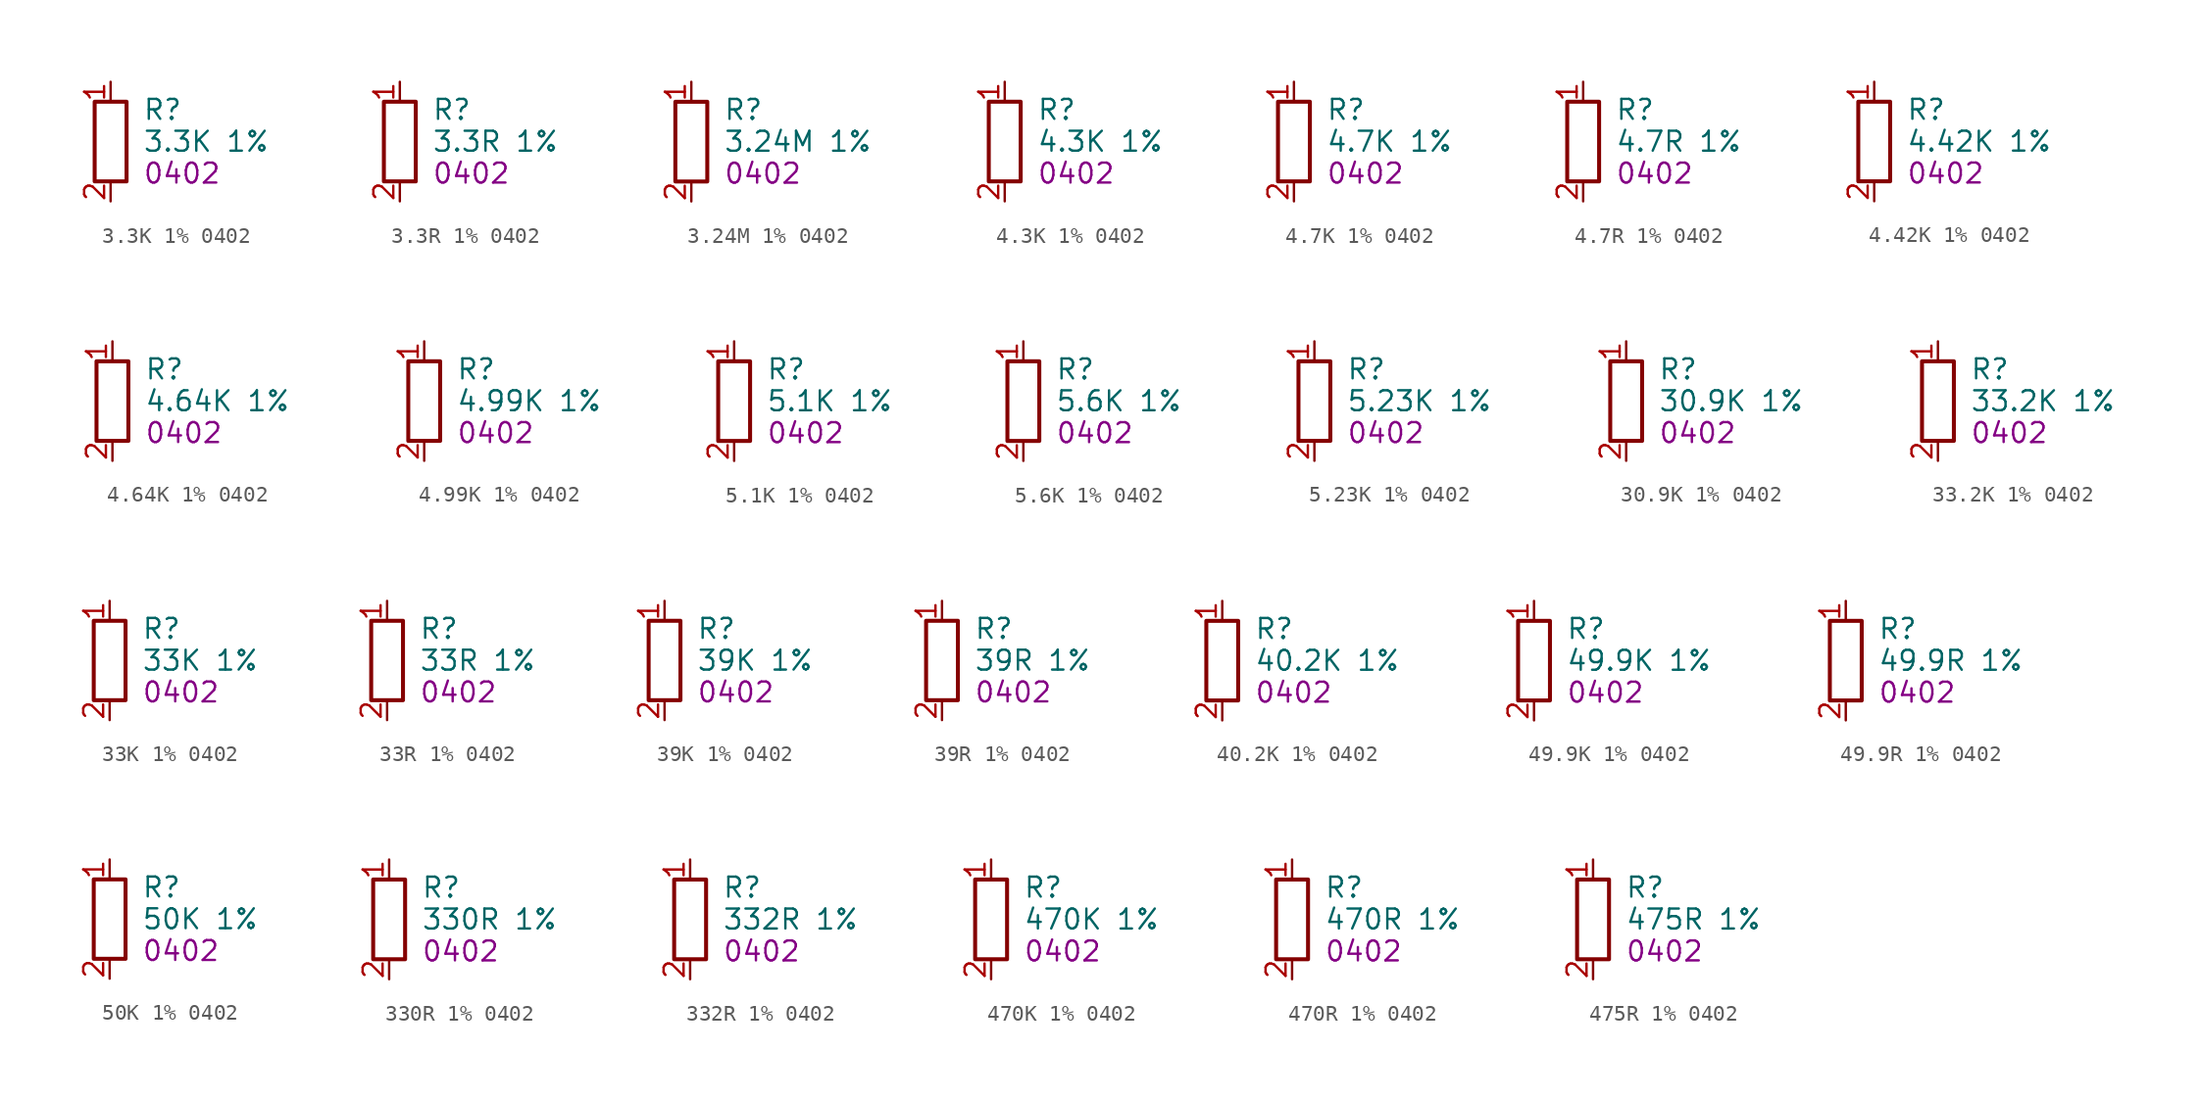
<source format=kicad_sym>
(kicad_symbol_lib
  (version 20241209)
  (generator "kicad_symbol_editor")
  (generator_version "9.0")
  (symbol "3.3K 1% 0402"
    (property "Reference" "R"
      (at 2.032 2.032 0)
      (effects (font (size 1.27 1.27)) (justify left)))
    (property "Value" "3.3K 1%"
      (at 2.032 0 0)
      (effects (font (size 1.27 1.27)) (justify left)))
    (property "FOOTPRINT_SHORT" "0402"
      (at 2.032 -2.032 0)
      (effects (font (size 1.27 1.27)) (justify left)))
    (symbol "3.3K 1% 0402_0_1"
      (rectangle (start -1.016 2.54) (end 1.016 -2.54) (stroke (width 0.254) (type default)) (fill (type none))))
    (symbol "3.3K 1% 0402_1_1"
      (pin passive line (at 0 3.81 270) (length 1.27) (name "~" (effects (font (size 1.27 1.27)))) (number "1" (effects (font (size 1.27 1.27)))))
      (pin passive line (at 0 -3.81 90) (length 1.27) (name "~" (effects (font (size 1.27 1.27)))) (number "2" (effects (font (size 1.27 1.27)))))))
  (symbol "3.3R 1% 0402"
    (property "Reference" "R"
      (at 2.032 2.032 0)
      (effects (font (size 1.27 1.27)) (justify left)))
    (property "Value" "3.3R 1%"
      (at 2.032 0 0)
      (effects (font (size 1.27 1.27)) (justify left)))
    (property "FOOTPRINT_SHORT" "0402"
      (at 2.032 -2.032 0)
      (effects (font (size 1.27 1.27)) (justify left)))
    (symbol "3.3R 1% 0402_0_1"
      (rectangle (start -1.016 2.54) (end 1.016 -2.54) (stroke (width 0.254) (type default)) (fill (type none))))
    (symbol "3.3R 1% 0402_1_1"
      (pin passive line (at 0 3.81 270) (length 1.27) (name "~" (effects (font (size 1.27 1.27)))) (number "1" (effects (font (size 1.27 1.27)))))
      (pin passive line (at 0 -3.81 90) (length 1.27) (name "~" (effects (font (size 1.27 1.27)))) (number "2" (effects (font (size 1.27 1.27)))))))
  (symbol "3.24M 1% 0402"
    (property "Reference" "R"
      (at 2.032 2.032 0)
      (effects (font (size 1.27 1.27)) (justify left)))
    (property "Value" "3.24M 1%"
      (at 2.032 0 0)
      (effects (font (size 1.27 1.27)) (justify left)))
    (property "FOOTPRINT_SHORT" "0402"
      (at 2.032 -2.032 0)
      (effects (font (size 1.27 1.27)) (justify left)))
    (symbol "3.24M 1% 0402_0_1"
      (rectangle (start -1.016 2.54) (end 1.016 -2.54) (stroke (width 0.254) (type default)) (fill (type none))))
    (symbol "3.24M 1% 0402_1_1"
      (pin passive line (at 0 3.81 270) (length 1.27) (name "~" (effects (font (size 1.27 1.27)))) (number "1" (effects (font (size 1.27 1.27)))))
      (pin passive line (at 0 -3.81 90) (length 1.27) (name "~" (effects (font (size 1.27 1.27)))) (number "2" (effects (font (size 1.27 1.27)))))))
  (symbol "4.3K 1% 0402"
    (property "Reference" "R"
      (at 2.032 2.032 0)
      (effects (font (size 1.27 1.27)) (justify left)))
    (property "Value" "4.3K 1%"
      (at 2.032 0 0)
      (effects (font (size 1.27 1.27)) (justify left)))
    (property "FOOTPRINT_SHORT" "0402"
      (at 2.032 -2.032 0)
      (effects (font (size 1.27 1.27)) (justify left)))
    (symbol "4.3K 1% 0402_0_1"
      (rectangle (start -1.016 2.54) (end 1.016 -2.54) (stroke (width 0.254) (type default)) (fill (type none))))
    (symbol "4.3K 1% 0402_1_1"
      (pin passive line (at 0 3.81 270) (length 1.27) (name "~" (effects (font (size 1.27 1.27)))) (number "1" (effects (font (size 1.27 1.27)))))
      (pin passive line (at 0 -3.81 90) (length 1.27) (name "~" (effects (font (size 1.27 1.27)))) (number "2" (effects (font (size 1.27 1.27)))))))
  (symbol "4.7K 1% 0402"
    (property "Reference" "R"
      (at 2.032 2.032 0)
      (effects (font (size 1.27 1.27)) (justify left)))
    (property "Value" "4.7K 1%"
      (at 2.032 0 0)
      (effects (font (size 1.27 1.27)) (justify left)))
    (property "FOOTPRINT_SHORT" "0402"
      (at 2.032 -2.032 0)
      (effects (font (size 1.27 1.27)) (justify left)))
    (symbol "4.7K 1% 0402_0_1"
      (rectangle (start -1.016 2.54) (end 1.016 -2.54) (stroke (width 0.254) (type default)) (fill (type none))))
    (symbol "4.7K 1% 0402_1_1"
      (pin passive line (at 0 3.81 270) (length 1.27) (name "~" (effects (font (size 1.27 1.27)))) (number "1" (effects (font (size 1.27 1.27)))))
      (pin passive line (at 0 -3.81 90) (length 1.27) (name "~" (effects (font (size 1.27 1.27)))) (number "2" (effects (font (size 1.27 1.27)))))))
  (symbol "4.7R 1% 0402"
    (property "Reference" "R"
      (at 2.032 2.032 0)
      (effects (font (size 1.27 1.27)) (justify left)))
    (property "Value" "4.7R 1%"
      (at 2.032 0 0)
      (effects (font (size 1.27 1.27)) (justify left)))
    (property "FOOTPRINT_SHORT" "0402"
      (at 2.032 -2.032 0)
      (effects (font (size 1.27 1.27)) (justify left)))
    (symbol "4.7R 1% 0402_0_1"
      (rectangle (start -1.016 2.54) (end 1.016 -2.54) (stroke (width 0.254) (type default)) (fill (type none))))
    (symbol "4.7R 1% 0402_1_1"
      (pin passive line (at 0 3.81 270) (length 1.27) (name "~" (effects (font (size 1.27 1.27)))) (number "1" (effects (font (size 1.27 1.27)))))
      (pin passive line (at 0 -3.81 90) (length 1.27) (name "~" (effects (font (size 1.27 1.27)))) (number "2" (effects (font (size 1.27 1.27)))))))
  (symbol "4.42K 1% 0402"
    (property "Reference" "R"
      (at 2.032 2.032 0)
      (effects (font (size 1.27 1.27)) (justify left)))
    (property "Value" "4.42K 1%"
      (at 2.032 0 0)
      (effects (font (size 1.27 1.27)) (justify left)))
    (property "FOOTPRINT_SHORT" "0402"
      (at 2.032 -2.032 0)
      (effects (font (size 1.27 1.27)) (justify left)))
    (symbol "4.42K 1% 0402_0_1"
      (rectangle (start -1.016 2.54) (end 1.016 -2.54) (stroke (width 0.254) (type default)) (fill (type none))))
    (symbol "4.42K 1% 0402_1_1"
      (pin passive line (at 0 3.81 270) (length 1.27) (name "~" (effects (font (size 1.27 1.27)))) (number "1" (effects (font (size 1.27 1.27)))))
      (pin passive line (at 0 -3.81 90) (length 1.27) (name "~" (effects (font (size 1.27 1.27)))) (number "2" (effects (font (size 1.27 1.27)))))))
  (symbol "4.64K 1% 0402"
    (property "Reference" "R"
      (at 2.032 2.032 0)
      (effects (font (size 1.27 1.27)) (justify left)))
    (property "Value" "4.64K 1%"
      (at 2.032 0 0)
      (effects (font (size 1.27 1.27)) (justify left)))
    (property "FOOTPRINT_SHORT" "0402"
      (at 2.032 -2.032 0)
      (effects (font (size 1.27 1.27)) (justify left)))
    (symbol "4.64K 1% 0402_0_1"
      (rectangle (start -1.016 2.54) (end 1.016 -2.54) (stroke (width 0.254) (type default)) (fill (type none))))
    (symbol "4.64K 1% 0402_1_1"
      (pin passive line (at 0 3.81 270) (length 1.27) (name "~" (effects (font (size 1.27 1.27)))) (number "1" (effects (font (size 1.27 1.27)))))
      (pin passive line (at 0 -3.81 90) (length 1.27) (name "~" (effects (font (size 1.27 1.27)))) (number "2" (effects (font (size 1.27 1.27)))))))
  (symbol "4.99K 1% 0402"
    (property "Reference" "R"
      (at 2.032 2.032 0)
      (effects (font (size 1.27 1.27)) (justify left)))
    (property "Value" "4.99K 1%"
      (at 2.032 0 0)
      (effects (font (size 1.27 1.27)) (justify left)))
    (property "FOOTPRINT_SHORT" "0402"
      (at 2.032 -2.032 0)
      (effects (font (size 1.27 1.27)) (justify left)))
    (symbol "4.99K 1% 0402_0_1"
      (rectangle (start -1.016 2.54) (end 1.016 -2.54) (stroke (width 0.254) (type default)) (fill (type none))))
    (symbol "4.99K 1% 0402_1_1"
      (pin passive line (at 0 3.81 270) (length 1.27) (name "~" (effects (font (size 1.27 1.27)))) (number "1" (effects (font (size 1.27 1.27)))))
      (pin passive line (at 0 -3.81 90) (length 1.27) (name "~" (effects (font (size 1.27 1.27)))) (number "2" (effects (font (size 1.27 1.27)))))))
  (symbol "5.1K 1% 0402"
    (property "Reference" "R"
      (at 2.032 2.032 0)
      (effects (font (size 1.27 1.27)) (justify left)))
    (property "Value" "5.1K 1%"
      (at 2.032 0 0)
      (effects (font (size 1.27 1.27)) (justify left)))
    (property "FOOTPRINT_SHORT" "0402"
      (at 2.032 -2.032 0)
      (effects (font (size 1.27 1.27)) (justify left)))
    (symbol "5.1K 1% 0402_0_1"
      (rectangle (start -1.016 2.54) (end 1.016 -2.54) (stroke (width 0.254) (type default)) (fill (type none))))
    (symbol "5.1K 1% 0402_1_1"
      (pin passive line (at 0 3.81 270) (length 1.27) (name "~" (effects (font (size 1.27 1.27)))) (number "1" (effects (font (size 1.27 1.27)))))
      (pin passive line (at 0 -3.81 90) (length 1.27) (name "~" (effects (font (size 1.27 1.27)))) (number "2" (effects (font (size 1.27 1.27)))))))
  (symbol "5.6K 1% 0402"
    (property "Reference" "R"
      (at 2.032 2.032 0)
      (effects (font (size 1.27 1.27)) (justify left)))
    (property "Value" "5.6K 1%"
      (at 2.032 0 0)
      (effects (font (size 1.27 1.27)) (justify left)))
    (property "FOOTPRINT_SHORT" "0402"
      (at 2.032 -2.032 0)
      (effects (font (size 1.27 1.27)) (justify left)))
    (symbol "5.6K 1% 0402_0_1"
      (rectangle (start -1.016 2.54) (end 1.016 -2.54) (stroke (width 0.254) (type default)) (fill (type none))))
    (symbol "5.6K 1% 0402_1_1"
      (pin passive line (at 0 3.81 270) (length 1.27) (name "~" (effects (font (size 1.27 1.27)))) (number "1" (effects (font (size 1.27 1.27)))))
      (pin passive line (at 0 -3.81 90) (length 1.27) (name "~" (effects (font (size 1.27 1.27)))) (number "2" (effects (font (size 1.27 1.27)))))))
  (symbol "5.23K 1% 0402"
    (property "Reference" "R"
      (at 2.032 2.032 0)
      (effects (font (size 1.27 1.27)) (justify left)))
    (property "Value" "5.23K 1%"
      (at 2.032 0 0)
      (effects (font (size 1.27 1.27)) (justify left)))
    (property "FOOTPRINT_SHORT" "0402"
      (at 2.032 -2.032 0)
      (effects (font (size 1.27 1.27)) (justify left)))
    (symbol "5.23K 1% 0402_0_1"
      (rectangle (start -1.016 2.54) (end 1.016 -2.54) (stroke (width 0.254) (type default)) (fill (type none))))
    (symbol "5.23K 1% 0402_1_1"
      (pin passive line (at 0 3.81 270) (length 1.27) (name "~" (effects (font (size 1.27 1.27)))) (number "1" (effects (font (size 1.27 1.27)))))
      (pin passive line (at 0 -3.81 90) (length 1.27) (name "~" (effects (font (size 1.27 1.27)))) (number "2" (effects (font (size 1.27 1.27)))))))
  (symbol "30.9K 1% 0402"
    (property "Reference" "R"
      (at 2.032 2.032 0)
      (effects (font (size 1.27 1.27)) (justify left)))
    (property "Value" "30.9K 1%"
      (at 2.032 0 0)
      (effects (font (size 1.27 1.27)) (justify left)))
    (property "FOOTPRINT_SHORT" "0402"
      (at 2.032 -2.032 0)
      (effects (font (size 1.27 1.27)) (justify left)))
    (symbol "30.9K 1% 0402_0_1"
      (rectangle (start -1.016 2.54) (end 1.016 -2.54) (stroke (width 0.254) (type default)) (fill (type none))))
    (symbol "30.9K 1% 0402_1_1"
      (pin passive line (at 0 3.81 270) (length 1.27) (name "~" (effects (font (size 1.27 1.27)))) (number "1" (effects (font (size 1.27 1.27)))))
      (pin passive line (at 0 -3.81 90) (length 1.27) (name "~" (effects (font (size 1.27 1.27)))) (number "2" (effects (font (size 1.27 1.27)))))))
  (symbol "33.2K 1% 0402"
    (property "Reference" "R"
      (at 2.032 2.032 0)
      (effects (font (size 1.27 1.27)) (justify left)))
    (property "Value" "33.2K 1%"
      (at 2.032 0 0)
      (effects (font (size 1.27 1.27)) (justify left)))
    (property "FOOTPRINT_SHORT" "0402"
      (at 2.032 -2.032 0)
      (effects (font (size 1.27 1.27)) (justify left)))
    (symbol "33.2K 1% 0402_0_1"
      (rectangle (start -1.016 2.54) (end 1.016 -2.54) (stroke (width 0.254) (type default)) (fill (type none))))
    (symbol "33.2K 1% 0402_1_1"
      (pin passive line (at 0 3.81 270) (length 1.27) (name "~" (effects (font (size 1.27 1.27)))) (number "1" (effects (font (size 1.27 1.27)))))
      (pin passive line (at 0 -3.81 90) (length 1.27) (name "~" (effects (font (size 1.27 1.27)))) (number "2" (effects (font (size 1.27 1.27)))))))
  (symbol "33K 1% 0402"
    (property "Reference" "R"
      (at 2.032 2.032 0)
      (effects (font (size 1.27 1.27)) (justify left)))
    (property "Value" "33K 1%"
      (at 2.032 0 0)
      (effects (font (size 1.27 1.27)) (justify left)))
    (property "FOOTPRINT_SHORT" "0402"
      (at 2.032 -2.032 0)
      (effects (font (size 1.27 1.27)) (justify left)))
    (symbol "33K 1% 0402_0_1"
      (rectangle (start -1.016 2.54) (end 1.016 -2.54) (stroke (width 0.254) (type default)) (fill (type none))))
    (symbol "33K 1% 0402_1_1"
      (pin passive line (at 0 3.81 270) (length 1.27) (name "~" (effects (font (size 1.27 1.27)))) (number "1" (effects (font (size 1.27 1.27)))))
      (pin passive line (at 0 -3.81 90) (length 1.27) (name "~" (effects (font (size 1.27 1.27)))) (number "2" (effects (font (size 1.27 1.27)))))))
  (symbol "33R 1% 0402"
    (property "Reference" "R"
      (at 2.032 2.032 0)
      (effects (font (size 1.27 1.27)) (justify left)))
    (property "Value" "33R 1%"
      (at 2.032 0 0)
      (effects (font (size 1.27 1.27)) (justify left)))
    (property "FOOTPRINT_SHORT" "0402"
      (at 2.032 -2.032 0)
      (effects (font (size 1.27 1.27)) (justify left)))
    (symbol "33R 1% 0402_0_1"
      (rectangle (start -1.016 2.54) (end 1.016 -2.54) (stroke (width 0.254) (type default)) (fill (type none))))
    (symbol "33R 1% 0402_1_1"
      (pin passive line (at 0 3.81 270) (length 1.27) (name "~" (effects (font (size 1.27 1.27)))) (number "1" (effects (font (size 1.27 1.27)))))
      (pin passive line (at 0 -3.81 90) (length 1.27) (name "~" (effects (font (size 1.27 1.27)))) (number "2" (effects (font (size 1.27 1.27)))))))
  (symbol "39K 1% 0402"
    (property "Reference" "R"
      (at 2.032 2.032 0)
      (effects (font (size 1.27 1.27)) (justify left)))
    (property "Value" "39K 1%"
      (at 2.032 0 0)
      (effects (font (size 1.27 1.27)) (justify left)))
    (property "FOOTPRINT_SHORT" "0402"
      (at 2.032 -2.032 0)
      (effects (font (size 1.27 1.27)) (justify left)))
    (symbol "39K 1% 0402_0_1"
      (rectangle (start -1.016 2.54) (end 1.016 -2.54) (stroke (width 0.254) (type default)) (fill (type none))))
    (symbol "39K 1% 0402_1_1"
      (pin passive line (at 0 3.81 270) (length 1.27) (name "~" (effects (font (size 1.27 1.27)))) (number "1" (effects (font (size 1.27 1.27)))))
      (pin passive line (at 0 -3.81 90) (length 1.27) (name "~" (effects (font (size 1.27 1.27)))) (number "2" (effects (font (size 1.27 1.27)))))))
  (symbol "39R 1% 0402"
    (property "Reference" "R"
      (at 2.032 2.032 0)
      (effects (font (size 1.27 1.27)) (justify left)))
    (property "Value" "39R 1%"
      (at 2.032 0 0)
      (effects (font (size 1.27 1.27)) (justify left)))
    (property "FOOTPRINT_SHORT" "0402"
      (at 2.032 -2.032 0)
      (effects (font (size 1.27 1.27)) (justify left)))
    (symbol "39R 1% 0402_0_1"
      (rectangle (start -1.016 2.54) (end 1.016 -2.54) (stroke (width 0.254) (type default)) (fill (type none))))
    (symbol "39R 1% 0402_1_1"
      (pin passive line (at 0 3.81 270) (length 1.27) (name "~" (effects (font (size 1.27 1.27)))) (number "1" (effects (font (size 1.27 1.27)))))
      (pin passive line (at 0 -3.81 90) (length 1.27) (name "~" (effects (font (size 1.27 1.27)))) (number "2" (effects (font (size 1.27 1.27)))))))
  (symbol "40.2K 1% 0402"
    (property "Reference" "R"
      (at 2.032 2.032 0)
      (effects (font (size 1.27 1.27)) (justify left)))
    (property "Value" "40.2K 1%"
      (at 2.032 0 0)
      (effects (font (size 1.27 1.27)) (justify left)))
    (property "FOOTPRINT_SHORT" "0402"
      (at 2.032 -2.032 0)
      (effects (font (size 1.27 1.27)) (justify left)))
    (symbol "40.2K 1% 0402_0_1"
      (rectangle (start -1.016 2.54) (end 1.016 -2.54) (stroke (width 0.254) (type default)) (fill (type none))))
    (symbol "40.2K 1% 0402_1_1"
      (pin passive line (at 0 3.81 270) (length 1.27) (name "~" (effects (font (size 1.27 1.27)))) (number "1" (effects (font (size 1.27 1.27)))))
      (pin passive line (at 0 -3.81 90) (length 1.27) (name "~" (effects (font (size 1.27 1.27)))) (number "2" (effects (font (size 1.27 1.27)))))))
  (symbol "49.9K 1% 0402"
    (property "Reference" "R"
      (at 2.032 2.032 0)
      (effects (font (size 1.27 1.27)) (justify left)))
    (property "Value" "49.9K 1%"
      (at 2.032 0 0)
      (effects (font (size 1.27 1.27)) (justify left)))
    (property "FOOTPRINT_SHORT" "0402"
      (at 2.032 -2.032 0)
      (effects (font (size 1.27 1.27)) (justify left)))
    (symbol "49.9K 1% 0402_0_1"
      (rectangle (start -1.016 2.54) (end 1.016 -2.54) (stroke (width 0.254) (type default)) (fill (type none))))
    (symbol "49.9K 1% 0402_1_1"
      (pin passive line (at 0 3.81 270) (length 1.27) (name "~" (effects (font (size 1.27 1.27)))) (number "1" (effects (font (size 1.27 1.27)))))
      (pin passive line (at 0 -3.81 90) (length 1.27) (name "~" (effects (font (size 1.27 1.27)))) (number "2" (effects (font (size 1.27 1.27)))))))
  (symbol "49.9R 1% 0402"
    (property "Reference" "R"
      (at 2.032 2.032 0)
      (effects (font (size 1.27 1.27)) (justify left)))
    (property "Value" "49.9R 1%"
      (at 2.032 0 0)
      (effects (font (size 1.27 1.27)) (justify left)))
    (property "FOOTPRINT_SHORT" "0402"
      (at 2.032 -2.032 0)
      (effects (font (size 1.27 1.27)) (justify left)))
    (symbol "49.9R 1% 0402_0_1"
      (rectangle (start -1.016 2.54) (end 1.016 -2.54) (stroke (width 0.254) (type default)) (fill (type none))))
    (symbol "49.9R 1% 0402_1_1"
      (pin passive line (at 0 3.81 270) (length 1.27) (name "~" (effects (font (size 1.27 1.27)))) (number "1" (effects (font (size 1.27 1.27)))))
      (pin passive line (at 0 -3.81 90) (length 1.27) (name "~" (effects (font (size 1.27 1.27)))) (number "2" (effects (font (size 1.27 1.27)))))))
  (symbol "50K 1% 0402"
    (property "Reference" "R"
      (at 2.032 2.032 0)
      (effects (font (size 1.27 1.27)) (justify left)))
    (property "Value" "50K 1%"
      (at 2.032 0 0)
      (effects (font (size 1.27 1.27)) (justify left)))
    (property "FOOTPRINT_SHORT" "0402"
      (at 2.032 -2.032 0)
      (effects (font (size 1.27 1.27)) (justify left)))
    (symbol "50K 1% 0402_0_1"
      (rectangle (start -1.016 2.54) (end 1.016 -2.54) (stroke (width 0.254) (type default)) (fill (type none))))
    (symbol "50K 1% 0402_1_1"
      (pin passive line (at 0 3.81 270) (length 1.27) (name "~" (effects (font (size 1.27 1.27)))) (number "1" (effects (font (size 1.27 1.27)))))
      (pin passive line (at 0 -3.81 90) (length 1.27) (name "~" (effects (font (size 1.27 1.27)))) (number "2" (effects (font (size 1.27 1.27)))))))
  (symbol "330R 1% 0402"
    (property "Reference" "R"
      (at 2.032 2.032 0)
      (effects (font (size 1.27 1.27)) (justify left)))
    (property "Value" "330R 1%"
      (at 2.032 0 0)
      (effects (font (size 1.27 1.27)) (justify left)))
    (property "FOOTPRINT_SHORT" "0402"
      (at 2.032 -2.032 0)
      (effects (font (size 1.27 1.27)) (justify left)))
    (symbol "330R 1% 0402_0_1"
      (rectangle (start -1.016 2.54) (end 1.016 -2.54) (stroke (width 0.254) (type default)) (fill (type none))))
    (symbol "330R 1% 0402_1_1"
      (pin passive line (at 0 3.81 270) (length 1.27) (name "~" (effects (font (size 1.27 1.27)))) (number "1" (effects (font (size 1.27 1.27)))))
      (pin passive line (at 0 -3.81 90) (length 1.27) (name "~" (effects (font (size 1.27 1.27)))) (number "2" (effects (font (size 1.27 1.27)))))))
  (symbol "332R 1% 0402"
    (property "Reference" "R"
      (at 2.032 2.032 0)
      (effects (font (size 1.27 1.27)) (justify left)))
    (property "Value" "332R 1%"
      (at 2.032 0 0)
      (effects (font (size 1.27 1.27)) (justify left)))
    (property "FOOTPRINT_SHORT" "0402"
      (at 2.032 -2.032 0)
      (effects (font (size 1.27 1.27)) (justify left)))
    (symbol "332R 1% 0402_0_1"
      (rectangle (start -1.016 2.54) (end 1.016 -2.54) (stroke (width 0.254) (type default)) (fill (type none))))
    (symbol "332R 1% 0402_1_1"
      (pin passive line (at 0 3.81 270) (length 1.27) (name "~" (effects (font (size 1.27 1.27)))) (number "1" (effects (font (size 1.27 1.27)))))
      (pin passive line (at 0 -3.81 90) (length 1.27) (name "~" (effects (font (size 1.27 1.27)))) (number "2" (effects (font (size 1.27 1.27)))))))
  (symbol "470K 1% 0402"
    (property "Reference" "R"
      (at 2.032 2.032 0)
      (effects (font (size 1.27 1.27)) (justify left)))
    (property "Value" "470K 1%"
      (at 2.032 0 0)
      (effects (font (size 1.27 1.27)) (justify left)))
    (property "FOOTPRINT_SHORT" "0402"
      (at 2.032 -2.032 0)
      (effects (font (size 1.27 1.27)) (justify left)))
    (symbol "470K 1% 0402_0_1"
      (rectangle (start -1.016 2.54) (end 1.016 -2.54) (stroke (width 0.254) (type default)) (fill (type none))))
    (symbol "470K 1% 0402_1_1"
      (pin passive line (at 0 3.81 270) (length 1.27) (name "~" (effects (font (size 1.27 1.27)))) (number "1" (effects (font (size 1.27 1.27)))))
      (pin passive line (at 0 -3.81 90) (length 1.27) (name "~" (effects (font (size 1.27 1.27)))) (number "2" (effects (font (size 1.27 1.27)))))))
  (symbol "470R 1% 0402"
    (property "Reference" "R"
      (at 2.032 2.032 0)
      (effects (font (size 1.27 1.27)) (justify left)))
    (property "Value" "470R 1%"
      (at 2.032 0 0)
      (effects (font (size 1.27 1.27)) (justify left)))
    (property "FOOTPRINT_SHORT" "0402"
      (at 2.032 -2.032 0)
      (effects (font (size 1.27 1.27)) (justify left)))
    (symbol "470R 1% 0402_0_1"
      (rectangle (start -1.016 2.54) (end 1.016 -2.54) (stroke (width 0.254) (type default)) (fill (type none))))
    (symbol "470R 1% 0402_1_1"
      (pin passive line (at 0 3.81 270) (length 1.27) (name "~" (effects (font (size 1.27 1.27)))) (number "1" (effects (font (size 1.27 1.27)))))
      (pin passive line (at 0 -3.81 90) (length 1.27) (name "~" (effects (font (size 1.27 1.27)))) (number "2" (effects (font (size 1.27 1.27)))))))
  (symbol "475R 1% 0402"
    (property "Reference" "R"
      (at 2.032 2.032 0)
      (effects (font (size 1.27 1.27)) (justify left)))
    (property "Value" "475R 1%"
      (at 2.032 0 0)
      (effects (font (size 1.27 1.27)) (justify left)))
    (property "FOOTPRINT_SHORT" "0402"
      (at 2.032 -2.032 0)
      (effects (font (size 1.27 1.27)) (justify left)))
    (symbol "475R 1% 0402_0_1"
      (rectangle (start -1.016 2.54) (end 1.016 -2.54) (stroke (width 0.254) (type default)) (fill (type none))))
    (symbol "475R 1% 0402_1_1"
      (pin passive line (at 0 3.81 270) (length 1.27) (name "~" (effects (font (size 1.27 1.27)))) (number "1" (effects (font (size 1.27 1.27)))))
      (pin passive line (at 0 -3.81 90) (length 1.27) (name "~" (effects (font (size 1.27 1.27)))) (number "2" (effects (font (size 1.27 1.27))))))))
</source>
